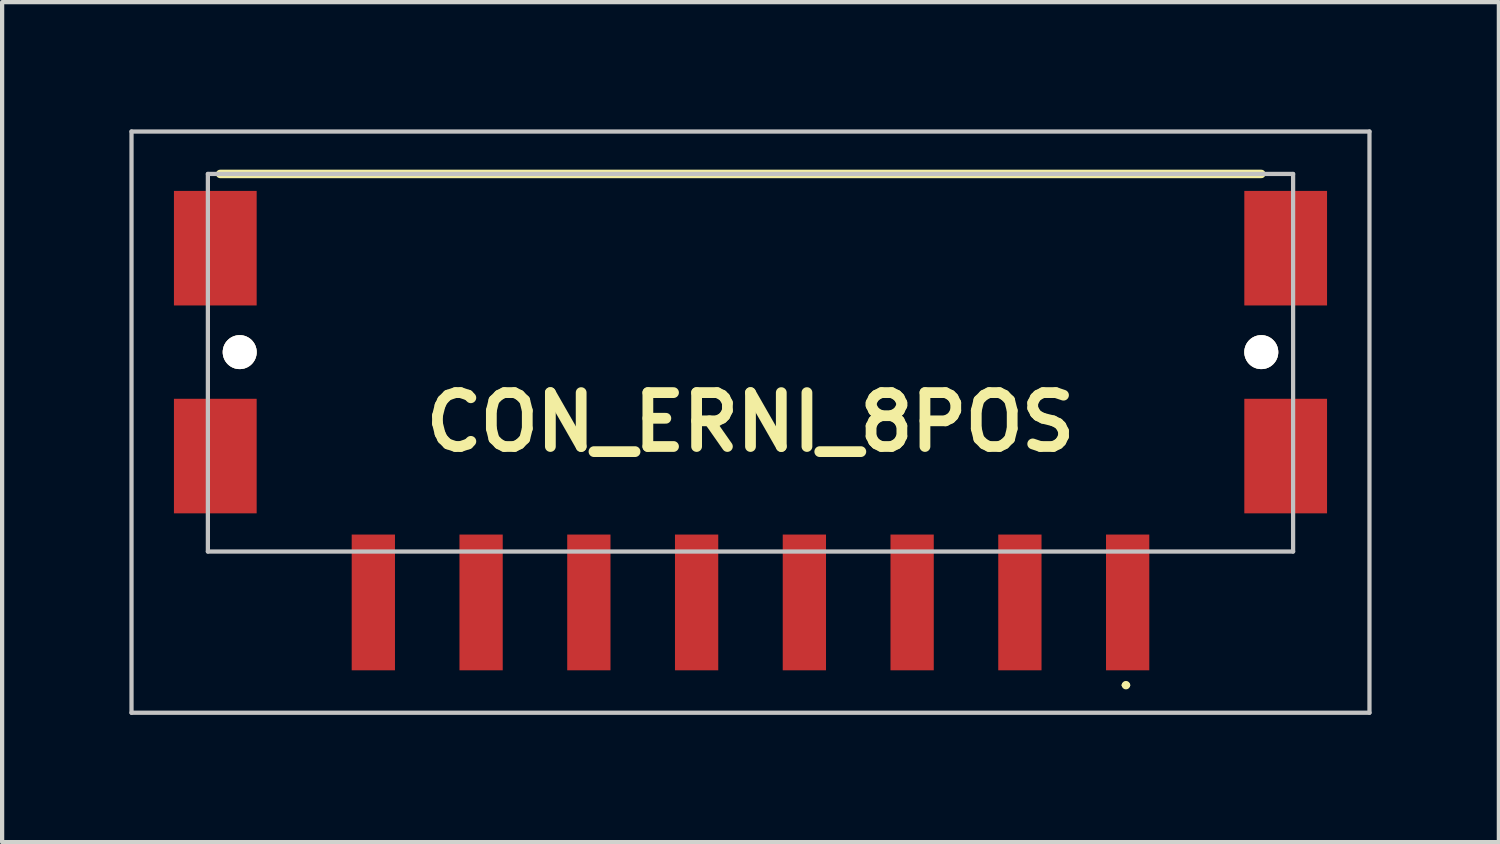
<source format=kicad_pcb>
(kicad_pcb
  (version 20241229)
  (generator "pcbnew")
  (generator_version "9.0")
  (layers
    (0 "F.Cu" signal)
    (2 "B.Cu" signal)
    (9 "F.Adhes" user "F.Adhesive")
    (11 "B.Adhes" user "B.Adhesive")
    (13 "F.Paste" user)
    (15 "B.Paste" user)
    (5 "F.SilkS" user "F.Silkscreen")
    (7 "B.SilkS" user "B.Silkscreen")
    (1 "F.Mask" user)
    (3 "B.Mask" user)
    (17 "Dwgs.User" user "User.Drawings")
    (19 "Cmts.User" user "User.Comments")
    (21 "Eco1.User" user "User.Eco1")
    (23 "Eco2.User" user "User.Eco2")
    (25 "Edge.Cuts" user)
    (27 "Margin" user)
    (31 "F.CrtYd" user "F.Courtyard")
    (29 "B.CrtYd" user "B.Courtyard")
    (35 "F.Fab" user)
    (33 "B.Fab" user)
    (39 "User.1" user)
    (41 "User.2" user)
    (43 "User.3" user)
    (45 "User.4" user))
  (footprint "CON_ERNI_8POS"
    (layer "F.Cu")
    (at 14.64 6.1)
    (property "Reference" "CON_ERNI_8POS" (at 0 0.8 0) (layer "F.SilkS") (effects (font (size 1.27 1.27) (thickness 0.254))))
    (attr through_hole)
    (fp_line (start -12.5 -5.05) (end 12.04 -5.05) (stroke (width 0.2) (type solid)) (layer "F.SilkS"))
    (fp_line (start 8.8 7) (end 8.8 7) (stroke (width 0.1) (type solid)) (layer "F.SilkS"))
    (fp_line (start 8.9 7) (end 8.9 7) (stroke (width 0.1) (type solid)) (layer "F.SilkS"))
    (fp_arc (start 8.8 7) (mid 8.85 6.95) (end 8.9 7) (stroke (width 0.1) (type solid)) (layer "F.SilkS"))
    (fp_arc (start 8.9 7) (mid 8.85 7.05) (end 8.8 7) (stroke (width 0.1) (type solid)) (layer "F.SilkS"))
    (fp_line (start -14.59 -6.05) (end 14.59 -6.05) (stroke (width 0.1) (type solid)) (layer "Dwgs.User"))
    (fp_line (start -14.59 7.65) (end -14.59 -6.05) (stroke (width 0.1) (type solid)) (layer "Dwgs.User"))
    (fp_line (start -12.79 -5.05) (end -12.79 3.85) (stroke (width 0.1) (type solid)) (layer "Dwgs.User"))
    (fp_line (start -12.79 3.85) (end 12.79 3.85) (stroke (width 0.1) (type solid)) (layer "Dwgs.User"))
    (fp_line (start 12.79 -5.05) (end -12.79 -5.05) (stroke (width 0.1) (type solid)) (layer "Dwgs.User"))
    (fp_line (start 12.79 3.85) (end 12.79 -5.05) (stroke (width 0.1) (type solid)) (layer "Dwgs.User"))
    (fp_line (start 14.59 -6.05) (end 14.59 7.65) (stroke (width 0.1) (type solid)) (layer "Dwgs.User"))
    (fp_line (start 14.59 7.65) (end -14.59 7.65) (stroke (width 0.1) (type solid)) (layer "Dwgs.User"))
    (pad "A1" smd rect (at 8.89 5.05) (size 1.02 3.2) (layers "F.Cu" "F.Mask" "F.Paste"))
    (pad "A2" smd rect (at 6.35 5.05) (size 1.02 3.2) (layers "F.Cu" "F.Mask" "F.Paste"))
    (pad "A3" smd rect (at 3.81 5.05) (size 1.02 3.2) (layers "F.Cu" "F.Mask" "F.Paste"))
    (pad "A4" smd rect (at 1.27 5.05) (size 1.02 3.2) (layers "F.Cu" "F.Mask" "F.Paste"))
    (pad "A5" smd rect (at -1.27 5.05) (size 1.02 3.2) (layers "F.Cu" "F.Mask" "F.Paste"))
    (pad "A6" smd rect (at -3.81 5.05) (size 1.02 3.2) (layers "F.Cu" "F.Mask" "F.Paste"))
    (pad "A7" smd rect (at -6.35 5.05) (size 1.02 3.2) (layers "F.Cu" "F.Mask" "F.Paste"))
    (pad "A8" smd rect (at -8.89 5.05) (size 1.02 3.2) (layers "F.Cu" "F.Mask" "F.Paste"))
    (pad "MH1" thru_hole circle (at 12.04 -0.85 90) (size 0.8 0.8) (drill 1.6) (layers "*.Cu" "*.Mask" "F.SilkS"))
    (pad "MH2" thru_hole circle (at -12.04 -0.85 90) (size 0.8 0.8) (drill 1.6) (layers "*.Cu" "*.Mask" "F.SilkS"))
    (pad "MP1" smd rect (at 12.615 1.6) (size 1.95 2.7) (layers "F.Cu" "F.Mask" "F.Paste"))
    (pad "MP2" smd rect (at 12.615 -3.3) (size 1.95 2.7) (layers "F.Cu" "F.Mask" "F.Paste"))
    (pad "MP3" smd rect (at -12.615 -3.3) (size 1.95 2.7) (layers "F.Cu" "F.Mask" "F.Paste"))
    (pad "MP4" smd rect (at -12.615 1.6) (size 1.95 2.7) (layers "F.Cu" "F.Mask" "F.Paste")))
  (gr_rect
    (start -3 -3)
    (end 32.28 16.8)
    (stroke (width 0.1) (type default))
    (fill no)
    (layer "Edge.Cuts")))
</source>
